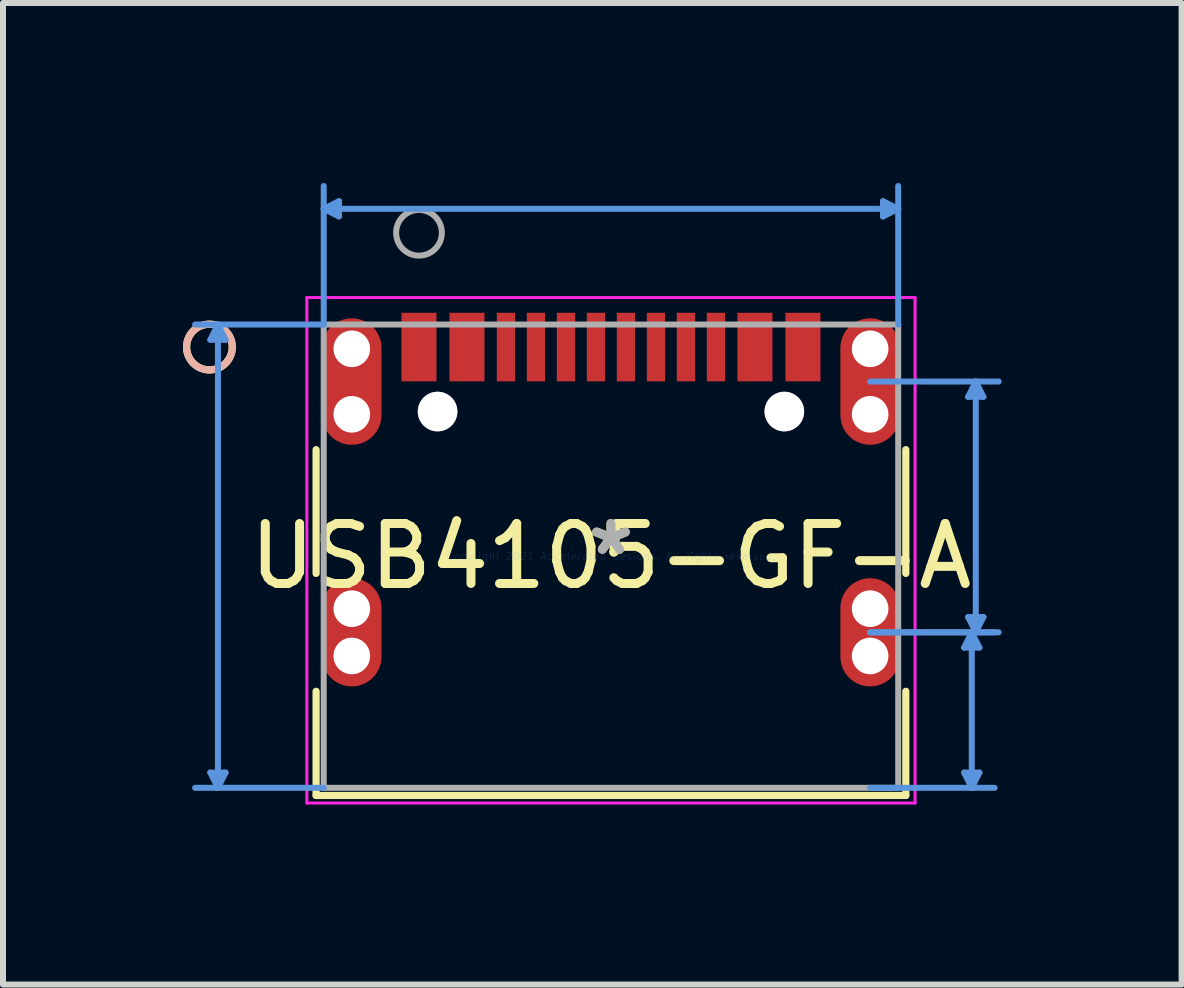
<source format=kicad_pcb>
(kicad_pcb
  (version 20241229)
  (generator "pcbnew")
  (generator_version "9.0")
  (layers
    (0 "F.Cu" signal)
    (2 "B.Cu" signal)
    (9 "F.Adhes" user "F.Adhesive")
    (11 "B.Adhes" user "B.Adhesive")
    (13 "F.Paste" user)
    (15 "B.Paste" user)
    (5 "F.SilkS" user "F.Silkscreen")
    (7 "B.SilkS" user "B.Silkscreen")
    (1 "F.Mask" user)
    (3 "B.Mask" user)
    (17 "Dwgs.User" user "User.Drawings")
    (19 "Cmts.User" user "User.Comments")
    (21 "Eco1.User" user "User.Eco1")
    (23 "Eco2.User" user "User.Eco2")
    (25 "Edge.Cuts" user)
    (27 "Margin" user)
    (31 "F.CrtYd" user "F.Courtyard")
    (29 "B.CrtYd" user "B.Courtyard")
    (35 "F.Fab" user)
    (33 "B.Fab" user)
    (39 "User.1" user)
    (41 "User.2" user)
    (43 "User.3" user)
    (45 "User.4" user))
  (footprint "USB4105-GF-A"
    (layer "F.Cu")
    (at 7.134 6.221)
    (property "Reference" "USB4105-GF-A" (at 0 0 0) (layer "F.SilkS") (effects (font (size 1 1) (thickness 0.15))))
    (attr through_hole)
    (fp_line (start -4.915 -1.776) (end -4.915 0.287) (stroke (width 0.12) (type solid)) (layer "F.SilkS"))
    (fp_line (start -4.915 2.252) (end -4.915 3.988) (stroke (width 0.12) (type solid)) (layer "F.SilkS"))
    (fp_line (start -4.915 3.988) (end 4.915 3.988) (stroke (width 0.12) (type solid)) (layer "F.SilkS"))
    (fp_line (start 4.915 0.287) (end 4.915 -1.776) (stroke (width 0.12) (type solid)) (layer "F.SilkS"))
    (fp_line (start 4.915 3.988) (end 4.915 2.252) (stroke (width 0.12) (type solid)) (layer "F.SilkS"))
    (fp_circle (center -6.693 -3.486) (end -6.312 -3.486) (stroke (width 0.12) (type solid)) (fill no) (layer "F.SilkS"))
    (fp_circle (center -6.693 -3.486) (end -6.312 -3.486) (stroke (width 0.12) (type solid)) (fill no) (layer "B.SilkS"))
    (fp_line (start -6.678 3.607) (end -6.551 3.861) (stroke (width 0.1) (type solid)) (layer "Cmts.User"))
    (fp_line (start -6.678 -3.607) (end -6.551 -3.861) (stroke (width 0.1) (type solid)) (layer "Cmts.User"))
    (fp_line (start -6.678 -3.607) (end -6.424 -3.607) (stroke (width 0.1) (type solid)) (layer "Cmts.User"))
    (fp_line (start -6.551 -3.861) (end -6.551 3.861) (stroke (width 0.1) (type solid)) (layer "Cmts.User"))
    (fp_line (start -6.424 3.607) (end -6.678 3.607) (stroke (width 0.1) (type solid)) (layer "Cmts.User"))
    (fp_line (start -6.424 3.607) (end -6.551 3.861) (stroke (width 0.1) (type solid)) (layer "Cmts.User"))
    (fp_line (start -6.424 -3.607) (end -6.551 -3.861) (stroke (width 0.1) (type solid)) (layer "Cmts.User"))
    (fp_line (start -4.788 -5.79) (end 4.788 -5.79) (stroke (width 0.1) (type solid)) (layer "Cmts.User"))
    (fp_line (start -4.788 -3.861) (end -6.932 -3.861) (stroke (width 0.1) (type solid)) (layer "Cmts.User"))
    (fp_line (start -4.788 -3.861) (end -4.788 -6.171) (stroke (width 0.1) (type solid)) (layer "Cmts.User"))
    (fp_line (start -4.788 3.861) (end -6.932 3.861) (stroke (width 0.1) (type solid)) (layer "Cmts.User"))
    (fp_line (start -4.534 -5.663) (end -4.788 -5.79) (stroke (width 0.1) (type solid)) (layer "Cmts.User"))
    (fp_line (start -4.534 -5.663) (end -4.534 -5.917) (stroke (width 0.1) (type solid)) (layer "Cmts.User"))
    (fp_line (start -4.534 -5.917) (end -4.788 -5.79) (stroke (width 0.1) (type solid)) (layer "Cmts.User"))
    (fp_line (start 4.32 -2.911) (end 6.462 -2.911) (stroke (width 0.1) (type solid)) (layer "Cmts.User"))
    (fp_line (start 4.32 1.269) (end 6.462 1.269) (stroke (width 0.1) (type solid)) (layer "Cmts.User"))
    (fp_line (start 4.32 1.269) (end 6.395 1.269) (stroke (width 0.1) (type solid)) (layer "Cmts.User"))
    (fp_line (start 4.32 3.861) (end 6.395 3.861) (stroke (width 0.1) (type solid)) (layer "Cmts.User"))
    (fp_line (start 4.534 -5.663) (end 4.788 -5.79) (stroke (width 0.1) (type solid)) (layer "Cmts.User"))
    (fp_line (start 4.534 -5.917) (end 4.534 -5.663) (stroke (width 0.1) (type solid)) (layer "Cmts.User"))
    (fp_line (start 4.534 -5.917) (end 4.788 -5.79) (stroke (width 0.1) (type solid)) (layer "Cmts.User"))
    (fp_line (start 4.788 -3.861) (end 4.788 -6.171) (stroke (width 0.1) (type solid)) (layer "Cmts.User"))
    (fp_line (start 5.887 3.607) (end 6.014 3.861) (stroke (width 0.1) (type solid)) (layer "Cmts.User"))
    (fp_line (start 5.887 1.523) (end 6.014 1.269) (stroke (width 0.1) (type solid)) (layer "Cmts.User"))
    (fp_line (start 5.887 1.523) (end 6.141 1.523) (stroke (width 0.1) (type solid)) (layer "Cmts.User"))
    (fp_line (start 5.954 1.015) (end 6.081 1.269) (stroke (width 0.1) (type solid)) (layer "Cmts.User"))
    (fp_line (start 5.954 -2.657) (end 6.081 -2.911) (stroke (width 0.1) (type solid)) (layer "Cmts.User"))
    (fp_line (start 5.954 -2.657) (end 6.208 -2.657) (stroke (width 0.1) (type solid)) (layer "Cmts.User"))
    (fp_line (start 6.014 1.269) (end 6.014 3.861) (stroke (width 0.1) (type solid)) (layer "Cmts.User"))
    (fp_line (start 6.081 -2.911) (end 6.081 1.269) (stroke (width 0.1) (type solid)) (layer "Cmts.User"))
    (fp_line (start 6.141 3.607) (end 5.887 3.607) (stroke (width 0.1) (type solid)) (layer "Cmts.User"))
    (fp_line (start 6.141 3.607) (end 6.014 3.861) (stroke (width 0.1) (type solid)) (layer "Cmts.User"))
    (fp_line (start 6.141 1.523) (end 6.014 1.269) (stroke (width 0.1) (type solid)) (layer "Cmts.User"))
    (fp_line (start 6.208 1.015) (end 5.954 1.015) (stroke (width 0.1) (type solid)) (layer "Cmts.User"))
    (fp_line (start 6.208 1.015) (end 6.081 1.269) (stroke (width 0.1) (type solid)) (layer "Cmts.User"))
    (fp_line (start 6.208 -2.657) (end 6.081 -2.911) (stroke (width 0.1) (type solid)) (layer "Cmts.User"))
    (fp_line (start -5.069 -4.311) (end -5.069 4.115) (stroke (width 0.05) (type solid)) (layer "F.CrtYd"))
    (fp_line (start -5.069 4.115) (end 5.069 4.115) (stroke (width 0.05) (type solid)) (layer "F.CrtYd"))
    (fp_line (start 5.069 -4.311) (end -5.069 -4.311) (stroke (width 0.05) (type solid)) (layer "F.CrtYd"))
    (fp_line (start 5.069 4.115) (end 5.069 -4.311) (stroke (width 0.05) (type solid)) (layer "F.CrtYd"))
    (fp_line (start -4.788 -3.861) (end -4.788 3.861) (stroke (width 0.1) (type solid)) (layer "F.Fab"))
    (fp_line (start -4.788 3.861) (end 4.788 3.861) (stroke (width 0.1) (type solid)) (layer "F.Fab"))
    (fp_line (start 4.788 -3.861) (end -4.788 -3.861) (stroke (width 0.1) (type solid)) (layer "F.Fab"))
    (fp_line (start 4.788 3.861) (end 4.788 -3.861) (stroke (width 0.1) (type solid)) (layer "F.Fab"))
    (fp_circle (center -3.2 -5.391) (end -2.819 -5.391) (stroke (width 0.1) (type solid)) (fill no) (layer "F.Fab"))
    (fp_text user "*" (at 0 0 0) (layer "F.SilkS") (effects (font (size 1 1) (thickness 0.15))))
    (fp_text user "Copyright 2021 Accelerated Designs. All rights reserved." (at 0 0 0) (layer "Cmts.User") (effects (font (size 0.127 0.127) (thickness 0.002))))
    (fp_text user "*" (at 0 0 0) (layer "F.Fab") (effects (font (size 1 1) (thickness 0.15))))
    (pad "" np_thru_hole circle (at -4.32 -3.457) (size 0.61 0.61) (drill 0.61) (layers "*.Cu" "*.Mask"))
    (pad "" np_thru_hole circle (at -4.32 -2.365) (size 0.61 0.61) (drill 0.61) (layers "*.Cu" "*.Mask"))
    (pad "" np_thru_hole circle (at -4.32 0.875) (size 0.61 0.61) (drill 0.61) (layers "*.Cu" "*.Mask"))
    (pad "" np_thru_hole circle (at -4.32 1.663) (size 0.61 0.61) (drill 0.61) (layers "*.Cu" "*.Mask"))
    (pad "" np_thru_hole circle (at 4.32 -3.457) (size 0.61 0.61) (drill 0.61) (layers "*.Cu" "*.Mask"))
    (pad "" np_thru_hole circle (at 4.32 -2.365) (size 0.61 0.61) (drill 0.61) (layers "*.Cu" "*.Mask"))
    (pad "" np_thru_hole circle (at 4.32 0.875) (size 0.61 0.61) (drill 0.61) (layers "*.Cu" "*.Mask"))
    (pad "" np_thru_hole circle (at 4.32 1.663) (size 0.61 0.61) (drill 0.61) (layers "*.Cu" "*.Mask"))
    (pad "13" smd oval (at -4.32 1.269) (size 0.991 1.803) (layers "F.Cu" "F.Mask" "F.Paste"))
    (pad "14" smd oval (at 4.32 1.269) (size 0.991 1.803) (layers "F.Cu" "F.Mask" "F.Paste"))
    (pad "15" smd oval (at -4.32 -2.911) (size 0.991 2.108) (layers "F.Cu" "F.Mask" "F.Paste"))
    (pad "16" smd oval (at 4.32 -2.911) (size 0.991 2.108) (layers "F.Cu" "F.Mask" "F.Paste"))
    (pad "17" thru_hole circle (at -2.89 -2.411) (size 0.66 0.66) (drill 0.66) (layers "*.Cu" "*.Mask"))
    (pad "18" thru_hole circle (at 2.89 -2.411) (size 0.66 0.66) (drill 0.66) (layers "*.Cu" "*.Mask"))
    (pad "A1-B12" smd rect (at -3.2 -3.486) (size 0.584 1.143) (layers "F.Cu" "F.Mask" "F.Paste"))
    (pad "A4-B9" smd rect (at -2.4 -3.486) (size 0.584 1.143) (layers "F.Cu" "F.Mask" "F.Paste"))
    (pad "A5" smd rect (at -1.25 -3.486) (size 0.305 1.143) (layers "F.Cu" "F.Mask" "F.Paste"))
    (pad "A6" smd rect (at -0.25 -3.486) (size 0.305 1.143) (layers "F.Cu" "F.Mask" "F.Paste"))
    (pad "A7" smd rect (at 0.25 -3.486) (size 0.305 1.143) (layers "F.Cu" "F.Mask" "F.Paste"))
    (pad "A8" smd rect (at 1.25 -3.486) (size 0.305 1.143) (layers "F.Cu" "F.Mask" "F.Paste"))
    (pad "B1-A12" smd rect (at 3.2 -3.486) (size 0.584 1.143) (layers "F.Cu" "F.Mask" "F.Paste"))
    (pad "B4-A9" smd rect (at 2.4 -3.486) (size 0.584 1.143) (layers "F.Cu" "F.Mask" "F.Paste"))
    (pad "B5" smd rect (at 1.75 -3.486) (size 0.305 1.143) (layers "F.Cu" "F.Mask" "F.Paste"))
    (pad "B6" smd rect (at 0.75 -3.486) (size 0.305 1.143) (layers "F.Cu" "F.Mask" "F.Paste"))
    (pad "B7" smd rect (at -0.75 -3.486) (size 0.305 1.143) (layers "F.Cu" "F.Mask" "F.Paste"))
    (pad "B8" smd rect (at -1.75 -3.486) (size 0.305 1.143) (layers "F.Cu" "F.Mask" "F.Paste")))
  (gr_rect
    (start -3 -3)
    (end 16.646 13.361)
    (stroke (width 0.1) (type default))
    (fill no)
    (layer "Edge.Cuts")))
</source>
